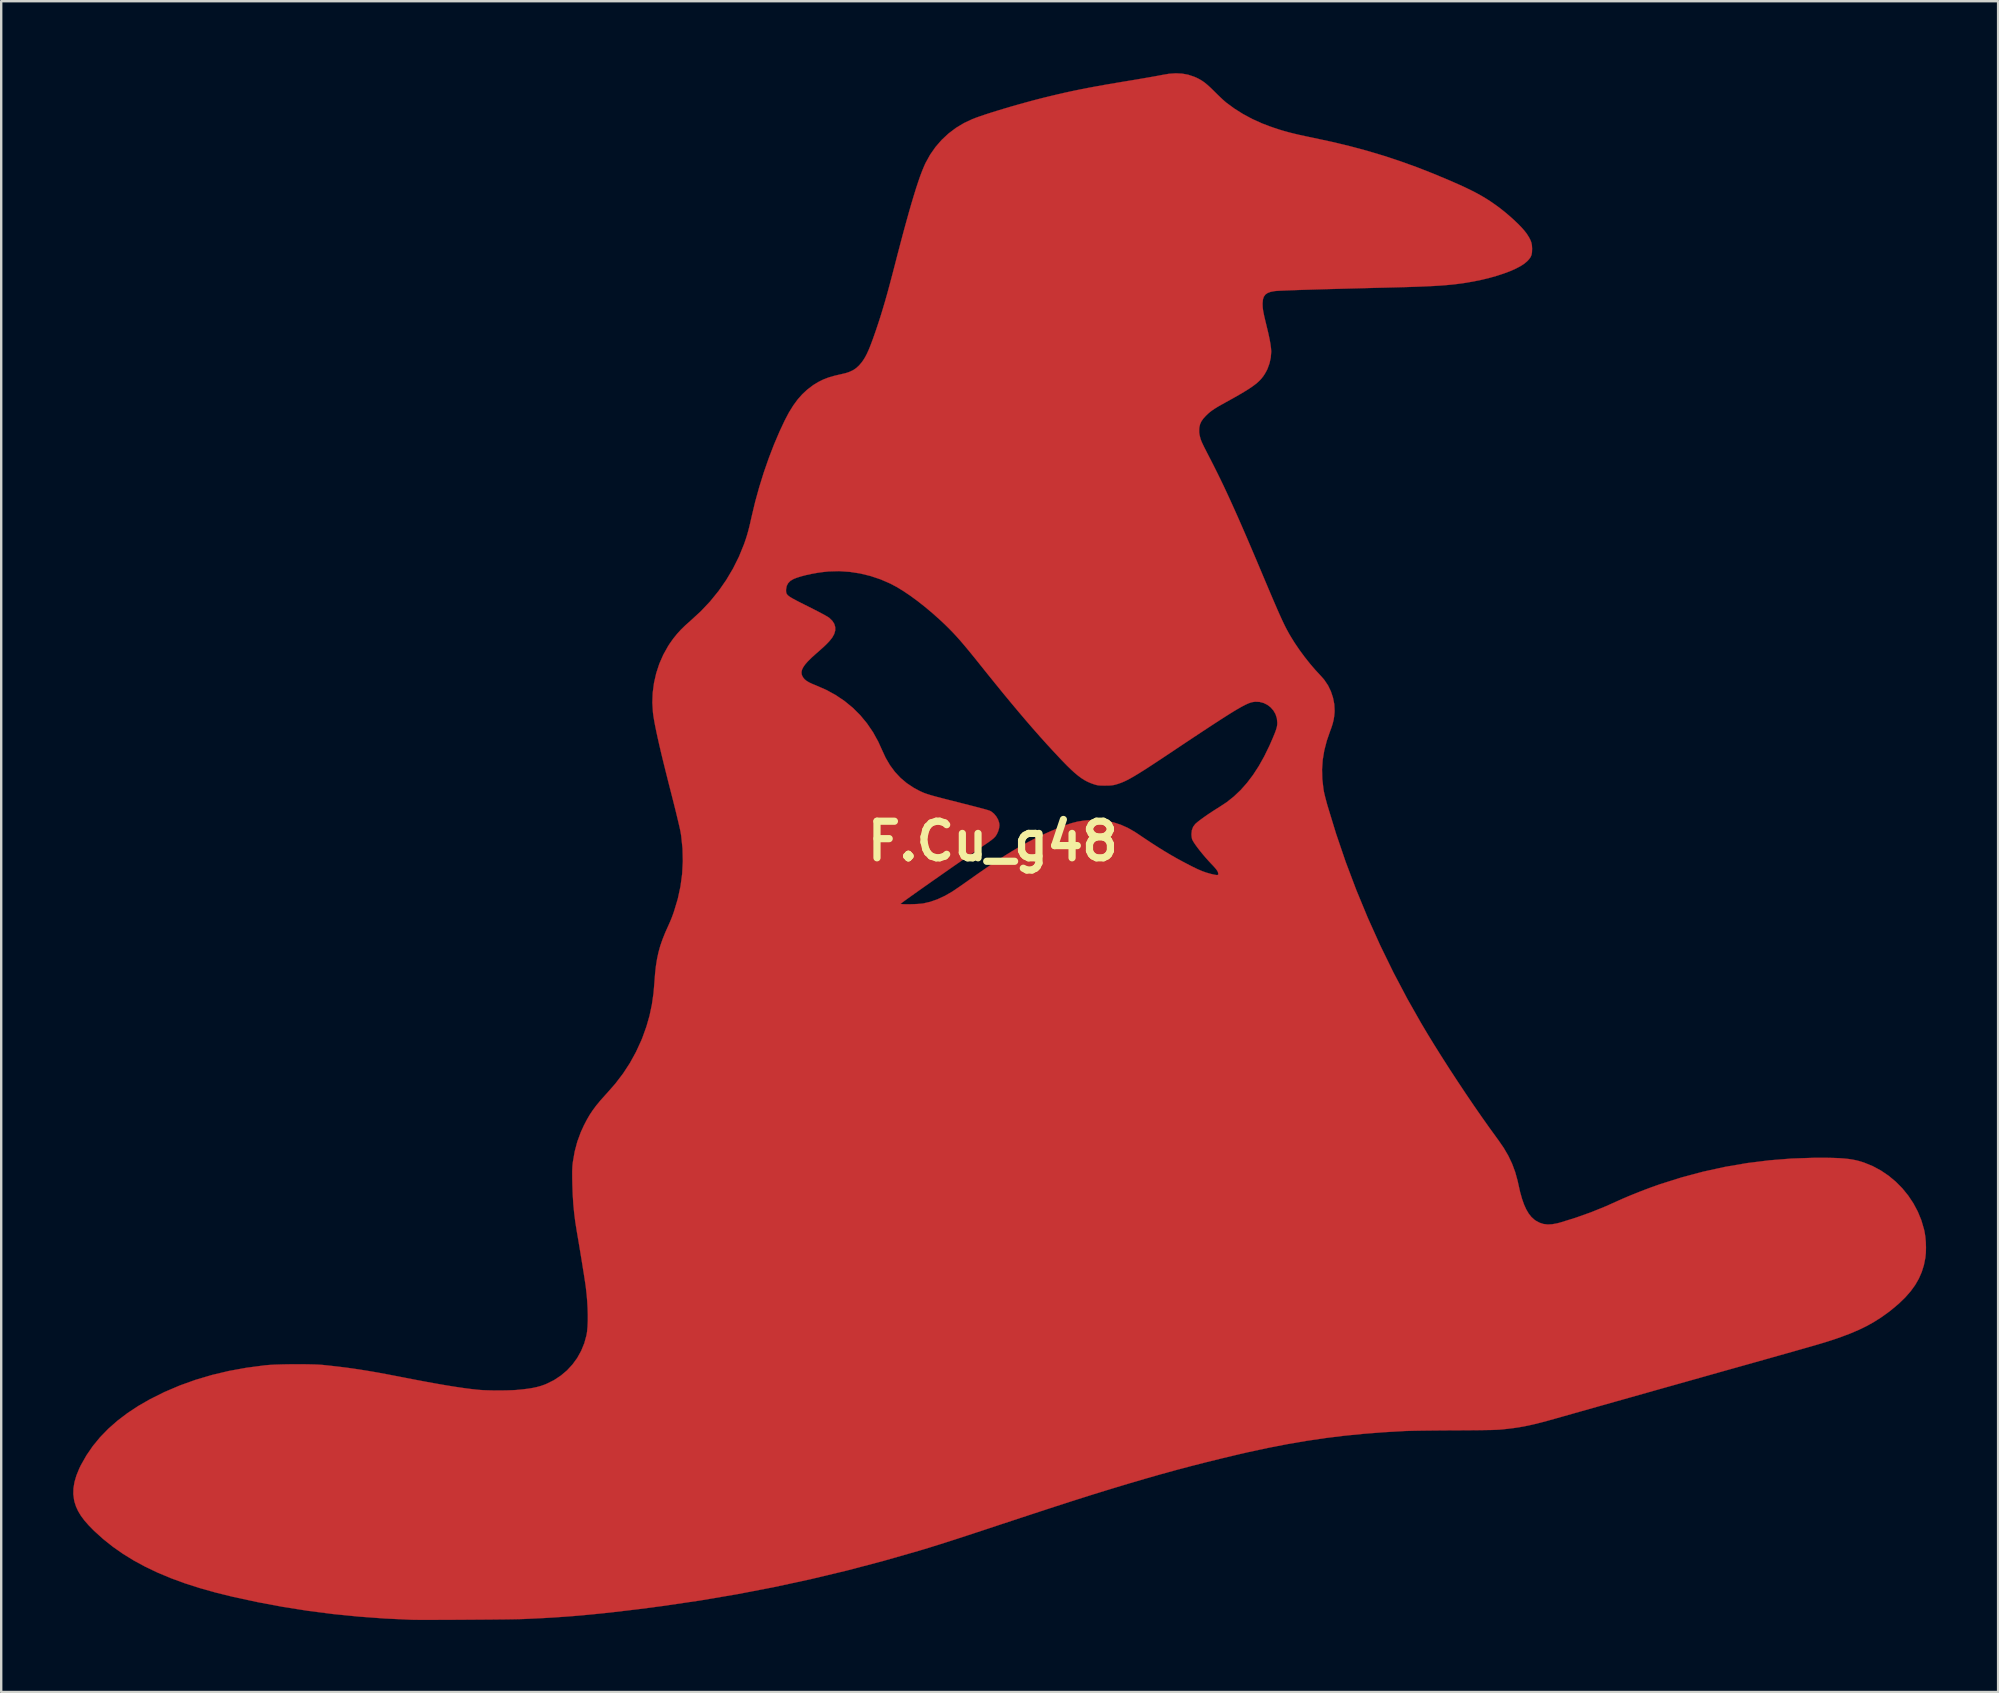
<source format=kicad_pcb>
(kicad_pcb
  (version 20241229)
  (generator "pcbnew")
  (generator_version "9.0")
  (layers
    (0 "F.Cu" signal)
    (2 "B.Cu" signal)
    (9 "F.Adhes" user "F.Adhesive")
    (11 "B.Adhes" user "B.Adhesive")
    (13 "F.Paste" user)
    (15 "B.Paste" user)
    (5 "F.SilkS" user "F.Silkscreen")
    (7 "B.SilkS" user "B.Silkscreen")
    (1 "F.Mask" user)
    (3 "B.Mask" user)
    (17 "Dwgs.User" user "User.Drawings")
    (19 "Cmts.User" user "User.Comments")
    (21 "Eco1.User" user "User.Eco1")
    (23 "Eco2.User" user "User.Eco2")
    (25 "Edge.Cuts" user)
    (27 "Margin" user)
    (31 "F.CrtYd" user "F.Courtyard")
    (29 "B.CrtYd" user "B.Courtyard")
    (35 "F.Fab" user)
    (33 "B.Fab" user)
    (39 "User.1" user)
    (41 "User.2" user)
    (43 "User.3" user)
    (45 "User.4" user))
  (footprint "F.Cu_g48"
    (layer "F.Cu")
    (at 38.315 32)
    (property "Reference" "F.Cu_g48" (at 0 0 0) (layer "F.SilkS") (effects (font (size 1.524 1.524) (thickness 0.3))))
    (attr through_hole)
    (fp_poly (pts (xy 7.889 -31.982) (xy 8.14 -31.936) (xy 8.382 -31.856) (xy 8.485 -31.812) (xy 8.602 -31.753) (xy 8.711 -31.689) (xy 8.819 -31.614) (xy 8.931 -31.522) (xy 9.056 -31.41) (xy 9.198 -31.272) (xy 9.25 -31.22) (xy 9.356 -31.115) (xy 9.464 -31.011) (xy 9.567 -30.914) (xy 9.657 -30.833) (xy 9.724 -30.776) (xy 10.055 -30.532) (xy 10.418 -30.303) (xy 10.808 -30.093) (xy 11.217 -29.908) (xy 11.536 -29.786) (xy 11.738 -29.716) (xy 11.932 -29.652) (xy 12.125 -29.594) (xy 12.323 -29.539) (xy 12.534 -29.486) (xy 12.765 -29.431) (xy 13.023 -29.375) (xy 13.315 -29.314) (xy 13.356 -29.305) (xy 14.128 -29.139) (xy 14.867 -28.962) (xy 15.58 -28.771) (xy 16.278 -28.563) (xy 16.966 -28.336) (xy 17.656 -28.088) (xy 18.353 -27.815) (xy 19.067 -27.516) (xy 19.135 -27.486) (xy 19.438 -27.352) (xy 19.708 -27.228) (xy 19.948 -27.111) (xy 20.167 -26.998) (xy 20.368 -26.886) (xy 20.558 -26.772) (xy 20.743 -26.653) (xy 20.928 -26.525) (xy 20.956 -26.505) (xy 21.149 -26.362) (xy 21.343 -26.208) (xy 21.532 -26.047) (xy 21.712 -25.885) (xy 21.879 -25.727) (xy 22.026 -25.576) (xy 22.148 -25.438) (xy 22.242 -25.317) (xy 22.256 -25.295) (xy 22.341 -25.161) (xy 22.4 -25.046) (xy 22.439 -24.94) (xy 22.46 -24.832) (xy 22.468 -24.71) (xy 22.468 -24.67) (xy 22.463 -24.536) (xy 22.444 -24.43) (xy 22.406 -24.34) (xy 22.344 -24.253) (xy 22.26 -24.162) (xy 22.135 -24.058) (xy 21.972 -23.954) (xy 21.774 -23.851) (xy 21.545 -23.75) (xy 21.287 -23.654) (xy 21.006 -23.562) (xy 20.704 -23.476) (xy 20.385 -23.398) (xy 20.054 -23.329) (xy 19.712 -23.269) (xy 19.537 -23.243) (xy 19.367 -23.221) (xy 19.193 -23.2) (xy 19.012 -23.182) (xy 18.819 -23.165) (xy 18.612 -23.15) (xy 18.387 -23.136) (xy 18.14 -23.124) (xy 17.867 -23.112) (xy 17.566 -23.101) (xy 17.232 -23.09) (xy 16.862 -23.08) (xy 16.552 -23.072) (xy 15.936 -23.057) (xy 15.361 -23.042) (xy 14.828 -23.028) (xy 14.337 -23.015) (xy 13.889 -23.003) (xy 13.482 -22.991) (xy 13.118 -22.98) (xy 12.796 -22.97) (xy 12.516 -22.96) (xy 12.278 -22.951) (xy 12.082 -22.943) (xy 11.929 -22.936) (xy 11.818 -22.929) (xy 11.749 -22.923) (xy 11.742 -22.922) (xy 11.577 -22.891) (xy 11.449 -22.843) (xy 11.355 -22.777) (xy 11.291 -22.687) (xy 11.254 -22.572) (xy 11.24 -22.426) (xy 11.239 -22.397) (xy 11.241 -22.322) (xy 11.244 -22.25) (xy 11.252 -22.174) (xy 11.265 -22.09) (xy 11.284 -21.991) (xy 11.309 -21.871) (xy 11.343 -21.726) (xy 11.386 -21.549) (xy 11.417 -21.421) (xy 11.482 -21.148) (xy 11.532 -20.912) (xy 11.568 -20.712) (xy 11.59 -20.545) (xy 11.599 -20.409) (xy 11.599 -20.389) (xy 11.58 -20.149) (xy 11.526 -19.907) (xy 11.442 -19.677) (xy 11.394 -19.581) (xy 11.336 -19.479) (xy 11.274 -19.384) (xy 11.206 -19.295) (xy 11.129 -19.209) (xy 11.039 -19.123) (xy 10.933 -19.035) (xy 10.808 -18.943) (xy 10.663 -18.845) (xy 10.492 -18.739) (xy 10.294 -18.621) (xy 10.065 -18.49) (xy 9.803 -18.344) (xy 9.684 -18.278) (xy 9.506 -18.179) (xy 9.359 -18.095) (xy 9.239 -18.02) (xy 9.138 -17.952) (xy 9.052 -17.887) (xy 8.972 -17.819) (xy 8.895 -17.745) (xy 8.888 -17.739) (xy 8.772 -17.613) (xy 8.69 -17.496) (xy 8.636 -17.379) (xy 8.606 -17.253) (xy 8.598 -17.168) (xy 8.597 -17.044) (xy 8.613 -16.929) (xy 8.634 -16.842) (xy 8.647 -16.792) (xy 8.661 -16.747) (xy 8.677 -16.701) (xy 8.697 -16.651) (xy 8.724 -16.591) (xy 8.758 -16.519) (xy 8.802 -16.428) (xy 8.859 -16.316) (xy 8.93 -16.177) (xy 9.017 -16.008) (xy 9.075 -15.896) (xy 9.21 -15.631) (xy 9.345 -15.361) (xy 9.48 -15.085) (xy 9.618 -14.799) (xy 9.758 -14.5) (xy 9.903 -14.185) (xy 10.054 -13.851) (xy 10.213 -13.496) (xy 10.38 -13.115) (xy 10.557 -12.708) (xy 10.745 -12.269) (xy 10.946 -11.797) (xy 11.159 -11.292) (xy 11.307 -10.941) (xy 11.44 -10.626) (xy 11.559 -10.345) (xy 11.666 -10.094) (xy 11.761 -9.873) (xy 11.846 -9.677) (xy 11.922 -9.504) (xy 11.991 -9.351) (xy 12.052 -9.216) (xy 12.109 -9.097) (xy 12.161 -8.989) (xy 12.21 -8.892) (xy 12.258 -8.801) (xy 12.305 -8.715) (xy 12.352 -8.631) (xy 12.398 -8.551) (xy 12.575 -8.266) (xy 12.775 -7.971) (xy 12.991 -7.678) (xy 13.214 -7.397) (xy 13.435 -7.139) (xy 13.529 -7.038) (xy 13.612 -6.948) (xy 13.694 -6.858) (xy 13.765 -6.778) (xy 13.816 -6.716) (xy 13.818 -6.713) (xy 13.967 -6.491) (xy 14.086 -6.244) (xy 14.173 -5.982) (xy 14.226 -5.713) (xy 14.24 -5.445) (xy 14.238 -5.376) (xy 14.223 -5.209) (xy 14.198 -5.055) (xy 14.16 -4.9) (xy 14.106 -4.731) (xy 14.055 -4.595) (xy 13.913 -4.183) (xy 13.809 -3.781) (xy 13.744 -3.386) (xy 13.717 -2.992) (xy 13.727 -2.595) (xy 13.774 -2.189) (xy 13.793 -2.074) (xy 13.81 -1.995) (xy 13.836 -1.886) (xy 13.869 -1.757) (xy 13.906 -1.618) (xy 13.941 -1.492) (xy 14.301 -0.314) (xy 14.702 0.862) (xy 15.143 2.03) (xy 15.622 3.189) (xy 16.138 4.335) (xy 16.69 5.466) (xy 17.276 6.577) (xy 17.838 7.568) (xy 18.105 8.018) (xy 18.396 8.493) (xy 18.706 8.987) (xy 19.029 9.492) (xy 19.362 10.001) (xy 19.7 10.509) (xy 20.038 11.008) (xy 20.372 11.49) (xy 20.698 11.95) (xy 21.01 12.38) (xy 21.057 12.444) (xy 21.286 12.776) (xy 21.478 13.105) (xy 21.636 13.438) (xy 21.764 13.782) (xy 21.864 14.145) (xy 21.898 14.298) (xy 21.969 14.615) (xy 22.047 14.892) (xy 22.131 15.132) (xy 22.223 15.336) (xy 22.324 15.508) (xy 22.435 15.65) (xy 22.558 15.763) (xy 22.626 15.811) (xy 22.781 15.894) (xy 22.942 15.946) (xy 23.114 15.967) (xy 23.303 15.958) (xy 23.515 15.919) (xy 23.633 15.888) (xy 24.287 15.685) (xy 24.924 15.458) (xy 25.557 15.201) (xy 26.033 14.987) (xy 26.22 14.903) (xy 26.439 14.809) (xy 26.68 14.71) (xy 26.935 14.608) (xy 27.194 14.508) (xy 27.449 14.413) (xy 27.691 14.327) (xy 27.802 14.288) (xy 28.698 14.006) (xy 29.601 13.765) (xy 30.511 13.566) (xy 31.427 13.409) (xy 32.35 13.294) (xy 33.278 13.22) (xy 34.212 13.189) (xy 34.459 13.188) (xy 34.761 13.189) (xy 35.026 13.195) (xy 35.259 13.204) (xy 35.465 13.218) (xy 35.648 13.237) (xy 35.815 13.262) (xy 35.969 13.293) (xy 36.117 13.331) (xy 36.263 13.376) (xy 36.304 13.39) (xy 36.662 13.536) (xy 37.003 13.72) (xy 37.323 13.937) (xy 37.621 14.185) (xy 37.894 14.461) (xy 38.14 14.763) (xy 38.355 15.087) (xy 38.538 15.43) (xy 38.686 15.79) (xy 38.796 16.165) (xy 38.819 16.267) (xy 38.852 16.471) (xy 38.872 16.698) (xy 38.879 16.933) (xy 38.873 17.16) (xy 38.853 17.355) (xy 38.793 17.658) (xy 38.703 17.946) (xy 38.582 18.223) (xy 38.428 18.49) (xy 38.239 18.751) (xy 38.014 19.007) (xy 37.751 19.262) (xy 37.449 19.516) (xy 37.285 19.643) (xy 37.001 19.845) (xy 36.71 20.029) (xy 36.405 20.199) (xy 36.08 20.357) (xy 35.729 20.507) (xy 35.344 20.652) (xy 35.145 20.722) (xy 35.075 20.746) (xy 35.006 20.769) (xy 34.938 20.791) (xy 34.866 20.814) (xy 34.791 20.838) (xy 34.708 20.864) (xy 34.617 20.892) (xy 34.516 20.922) (xy 34.402 20.956) (xy 34.273 20.994) (xy 34.127 21.036) (xy 33.963 21.083) (xy 33.777 21.136) (xy 33.569 21.195) (xy 33.336 21.262) (xy 33.075 21.335) (xy 32.786 21.417) (xy 32.466 21.507) (xy 32.112 21.607) (xy 31.724 21.716) (xy 31.298 21.836) (xy 30.967 21.929) (xy 30.35 22.102) (xy 29.739 22.275) (xy 29.128 22.447) (xy 28.514 22.62) (xy 27.892 22.795) (xy 27.257 22.974) (xy 26.606 23.158) (xy 25.933 23.348) (xy 25.235 23.545) (xy 24.507 23.751) (xy 23.744 23.967) (xy 23.421 24.058) (xy 23.11 24.145) (xy 22.832 24.219) (xy 22.58 24.282) (xy 22.348 24.335) (xy 22.127 24.38) (xy 21.911 24.418) (xy 21.694 24.45) (xy 21.467 24.478) (xy 21.225 24.504) (xy 21.114 24.514) (xy 21.032 24.519) (xy 20.911 24.524) (xy 20.75 24.529) (xy 20.554 24.532) (xy 20.323 24.536) (xy 20.059 24.539) (xy 19.765 24.541) (xy 19.442 24.543) (xy 19.241 24.544) (xy 18.969 24.545) (xy 18.697 24.547) (xy 18.432 24.549) (xy 18.176 24.552) (xy 17.936 24.555) (xy 17.715 24.558) (xy 17.519 24.562) (xy 17.352 24.566) (xy 17.219 24.57) (xy 17.145 24.573) (xy 16.292 24.622) (xy 15.466 24.686) (xy 14.659 24.766) (xy 13.864 24.864) (xy 13.071 24.981) (xy 12.271 25.118) (xy 11.458 25.276) (xy 10.622 25.456) (xy 10.223 25.548) (xy 9.537 25.712) (xy 8.879 25.874) (xy 8.242 26.037) (xy 7.613 26.204) (xy 6.981 26.378) (xy 6.338 26.562) (xy 5.67 26.758) (xy 5.355 26.853) (xy 5.12 26.924) (xy 4.89 26.994) (xy 4.664 27.063) (xy 4.439 27.133) (xy 4.211 27.203) (xy 3.979 27.276) (xy 3.739 27.352) (xy 3.489 27.431) (xy 3.227 27.515) (xy 2.95 27.605) (xy 2.654 27.7) (xy 2.338 27.803) (xy 1.999 27.914) (xy 1.634 28.034) (xy 1.241 28.163) (xy 0.816 28.303) (xy 0.358 28.454) (xy -0.136 28.618) (xy -0.36 28.692) (xy -0.746 28.819) (xy -1.096 28.934) (xy -1.414 29.038) (xy -1.705 29.132) (xy -1.973 29.218) (xy -2.222 29.297) (xy -2.457 29.37) (xy -2.681 29.44) (xy -2.899 29.506) (xy -3.069 29.557) (xy -4.586 29.991) (xy -6.097 30.388) (xy -7.608 30.749) (xy -9.123 31.076) (xy -10.65 31.37) (xy -12.192 31.632) (xy -13.756 31.862) (xy -14.753 31.992) (xy -15.277 32.055) (xy -15.765 32.112) (xy -16.223 32.163) (xy -16.659 32.207) (xy -17.077 32.247) (xy -17.484 32.282) (xy -17.887 32.312) (xy -18.292 32.34) (xy -18.704 32.364) (xy -19.13 32.385) (xy -19.576 32.405) (xy -19.622 32.406) (xy -19.712 32.409) (xy -19.84 32.412) (xy -20.001 32.415) (xy -20.192 32.418) (xy -20.408 32.421) (xy -20.646 32.423) (xy -20.902 32.426) (xy -21.172 32.428) (xy -21.452 32.43) (xy -21.739 32.432) (xy -22.027 32.434) (xy -22.314 32.436) (xy -22.596 32.437) (xy -22.868 32.438) (xy -23.128 32.439) (xy -23.37 32.44) (xy -23.591 32.44) (xy -23.787 32.44) (xy -23.955 32.439) (xy -24.091 32.438) (xy -24.189 32.436) (xy -24.225 32.435) (xy -25.338 32.383) (xy -26.424 32.303) (xy -27.488 32.197) (xy -28.538 32.062) (xy -29.578 31.898) (xy -30.616 31.704) (xy -31.657 31.48) (xy -31.686 31.473) (xy -32.382 31.301) (xy -33.039 31.116) (xy -33.658 30.918) (xy -34.242 30.704) (xy -34.79 30.475) (xy -35.306 30.229) (xy -35.79 29.967) (xy -36.244 29.687) (xy -36.669 29.389) (xy -37.067 29.072) (xy -37.439 28.736) (xy -37.451 28.724) (xy -37.666 28.505) (xy -37.846 28.3) (xy -37.992 28.104) (xy -38.108 27.913) (xy -38.196 27.723) (xy -38.259 27.53) (xy -38.279 27.442) (xy -38.31 27.203) (xy -38.304 26.956) (xy -38.261 26.697) (xy -38.181 26.425) (xy -38.064 26.137) (xy -37.992 25.99) (xy -37.762 25.584) (xy -37.496 25.197) (xy -37.192 24.828) (xy -36.851 24.477) (xy -36.473 24.144) (xy -36.056 23.827) (xy -35.601 23.527) (xy -35.123 23.252) (xy -34.512 22.947) (xy -33.876 22.676) (xy -33.216 22.439) (xy -32.533 22.237) (xy -31.825 22.069) (xy -31.095 21.936) (xy -30.343 21.837) (xy -30.268 21.83) (xy -30.133 21.819) (xy -29.963 21.809) (xy -29.767 21.802) (xy -29.55 21.796) (xy -29.32 21.792) (xy -29.084 21.79) (xy -28.849 21.79) (xy -28.621 21.792) (xy -28.408 21.796) (xy -28.217 21.801) (xy -28.054 21.809) (xy -27.929 21.818) (xy -27.589 21.854) (xy -27.263 21.891) (xy -26.945 21.93) (xy -26.628 21.974) (xy -26.306 22.023) (xy -25.972 22.077) (xy -25.62 22.138) (xy -25.243 22.208) (xy -24.836 22.286) (xy -24.606 22.331) (xy -24.084 22.432) (xy -23.602 22.523) (xy -23.159 22.603) (xy -22.753 22.673) (xy -22.385 22.732) (xy -22.053 22.781) (xy -21.755 22.82) (xy -21.492 22.849) (xy -21.368 22.861) (xy -21.226 22.87) (xy -21.054 22.876) (xy -20.86 22.881) (xy -20.654 22.882) (xy -20.446 22.882) (xy -20.246 22.879) (xy -20.063 22.873) (xy -19.908 22.866) (xy -19.844 22.861) (xy -19.584 22.836) (xy -19.359 22.808) (xy -19.163 22.776) (xy -18.989 22.738) (xy -18.831 22.694) (xy -18.682 22.642) (xy -18.593 22.606) (xy -18.283 22.452) (xy -17.999 22.264) (xy -17.741 22.047) (xy -17.513 21.8) (xy -17.315 21.528) (xy -17.151 21.232) (xy -17.021 20.915) (xy -16.93 20.585) (xy -16.903 20.42) (xy -16.885 20.22) (xy -16.875 19.99) (xy -16.874 19.736) (xy -16.882 19.464) (xy -16.898 19.18) (xy -16.922 18.889) (xy -16.955 18.597) (xy -16.956 18.584) (xy -16.969 18.495) (xy -16.987 18.37) (xy -17.011 18.213) (xy -17.039 18.031) (xy -17.072 17.829) (xy -17.106 17.612) (xy -17.143 17.385) (xy -17.181 17.154) (xy -17.219 16.925) (xy -17.256 16.702) (xy -17.292 16.492) (xy -17.325 16.299) (xy -17.335 16.241) (xy -17.395 15.865) (xy -17.442 15.493) (xy -17.478 15.113) (xy -17.503 14.715) (xy -17.518 14.287) (xy -17.519 14.235) (xy -17.523 14.042) (xy -17.524 13.884) (xy -17.524 13.753) (xy -17.52 13.642) (xy -17.515 13.543) (xy -17.506 13.448) (xy -17.496 13.361) (xy -17.422 12.931) (xy -17.312 12.517) (xy -17.163 12.113) (xy -17.039 11.843) (xy -16.922 11.616) (xy -16.8 11.405) (xy -16.666 11.203) (xy -16.516 11.002) (xy -16.344 10.795) (xy -16.145 10.572) (xy -16.087 10.509) (xy -15.726 10.098) (xy -15.404 9.676) (xy -15.118 9.237) (xy -14.866 8.778) (xy -14.644 8.295) (xy -14.598 8.181) (xy -14.435 7.728) (xy -14.304 7.273) (xy -14.205 6.807) (xy -14.136 6.323) (xy -14.097 5.863) (xy -14.071 5.512) (xy -14.036 5.193) (xy -13.989 4.9) (xy -13.929 4.623) (xy -13.854 4.354) (xy -13.761 4.086) (xy -13.65 3.809) (xy -13.585 3.662) (xy -13.516 3.51) (xy -13.462 3.388) (xy -13.419 3.286) (xy -13.382 3.196) (xy -13.349 3.109) (xy -13.315 3.015) (xy -13.279 2.91) (xy -13.125 2.398) (xy -13.013 1.879) (xy -12.943 1.356) (xy -12.915 0.83) (xy -12.928 0.304) (xy -12.983 -0.222) (xy -13.007 -0.371) (xy -13.021 -0.445) (xy -13.045 -0.556) (xy -13.078 -0.698) (xy -13.118 -0.868) (xy -13.164 -1.06) (xy -13.215 -1.27) (xy -13.271 -1.493) (xy -13.329 -1.725) (xy -13.387 -1.953) (xy -13.512 -2.442) (xy -13.625 -2.892) (xy -13.727 -3.304) (xy -13.818 -3.678) (xy -13.897 -4.017) (xy -13.966 -4.322) (xy -14.024 -4.593) (xy -14.073 -4.832) (xy -14.111 -5.04) (xy -14.141 -5.219) (xy -14.16 -5.366) (xy -14.185 -5.775) (xy -14.17 -6.187) (xy -14.116 -6.597) (xy -14.024 -7) (xy -13.896 -7.392) (xy -13.731 -7.769) (xy -13.532 -8.125) (xy -13.462 -8.234) (xy -13.316 -8.44) (xy -13.164 -8.629) (xy -13 -8.81) (xy -12.815 -8.991) (xy -12.601 -9.182) (xy -12.584 -9.197) (xy -12.167 -9.58) (xy -11.781 -9.989) (xy -11.428 -10.424) (xy -11.403 -10.459) (xy -8.615 -10.459) (xy -8.614 -10.409) (xy -8.608 -10.364) (xy -8.596 -10.323) (xy -8.572 -10.284) (xy -8.536 -10.244) (xy -8.482 -10.201) (xy -8.408 -10.153) (xy -8.311 -10.097) (xy -8.188 -10.031) (xy -8.035 -9.952) (xy -7.85 -9.859) (xy -7.694 -9.781) (xy -7.47 -9.668) (xy -7.274 -9.567) (xy -7.109 -9.48) (xy -6.976 -9.407) (xy -6.878 -9.35) (xy -6.816 -9.309) (xy -6.811 -9.304) (xy -6.688 -9.185) (xy -6.606 -9.058) (xy -6.566 -8.923) (xy -6.566 -8.781) (xy -6.608 -8.635) (xy -6.692 -8.484) (xy -6.807 -8.34) (xy -6.868 -8.275) (xy -6.927 -8.215) (xy -6.989 -8.154) (xy -7.06 -8.087) (xy -7.147 -8.009) (xy -7.255 -7.913) (xy -7.377 -7.807) (xy -7.558 -7.643) (xy -7.704 -7.498) (xy -7.817 -7.369) (xy -7.898 -7.253) (xy -7.949 -7.149) (xy -7.971 -7.054) (xy -7.966 -6.965) (xy -7.948 -6.907) (xy -7.904 -6.824) (xy -7.844 -6.751) (xy -7.763 -6.683) (xy -7.656 -6.619) (xy -7.516 -6.553) (xy -7.366 -6.492) (xy -6.942 -6.307) (xy -6.545 -6.09) (xy -6.176 -5.841) (xy -5.835 -5.561) (xy -5.524 -5.251) (xy -5.243 -4.912) (xy -4.992 -4.544) (xy -4.773 -4.147) (xy -4.627 -3.824) (xy -4.466 -3.477) (xy -4.283 -3.165) (xy -4.077 -2.887) (xy -3.846 -2.64) (xy -3.588 -2.422) (xy -3.301 -2.231) (xy -3.08 -2.111) (xy -3.006 -2.075) (xy -2.935 -2.043) (xy -2.862 -2.012) (xy -2.782 -1.983) (xy -2.691 -1.953) (xy -2.585 -1.92) (xy -2.458 -1.884) (xy -2.307 -1.843) (xy -2.126 -1.796) (xy -1.911 -1.741) (xy -1.767 -1.704) (xy -1.471 -1.629) (xy -1.213 -1.563) (xy -0.99 -1.506) (xy -0.8 -1.458) (xy -0.64 -1.416) (xy -0.506 -1.381) (xy -0.397 -1.352) (xy -0.31 -1.328) (xy -0.24 -1.308) (xy -0.187 -1.291) (xy -0.146 -1.278) (xy -0.116 -1.266) (xy -0.093 -1.255) (xy -0.074 -1.245) (xy -0.066 -1.24) (xy 0.048 -1.148) (xy 0.145 -1.032) (xy 0.219 -0.902) (xy 0.264 -0.767) (xy 0.275 -0.668) (xy 0.261 -0.547) (xy 0.223 -0.415) (xy 0.166 -0.29) (xy 0.111 -0.205) (xy 0.048 -0.138) (xy -0.049 -0.057) (xy -0.174 0.035) (xy -0.225 0.07) (xy -0.375 0.172) (xy -0.544 0.287) (xy -0.73 0.414) (xy -0.928 0.551) (xy -1.138 0.696) (xy -1.357 0.848) (xy -1.581 1.003) (xy -1.808 1.161) (xy -2.035 1.32) (xy -2.26 1.478) (xy -2.481 1.632) (xy -2.694 1.782) (xy -2.897 1.925) (xy -3.087 2.059) (xy -3.262 2.183) (xy -3.419 2.295) (xy -3.556 2.393) (xy -3.669 2.474) (xy -3.756 2.538) (xy -3.815 2.583) (xy -3.843 2.606) (xy -3.844 2.608) (xy -3.81 2.617) (xy -3.741 2.622) (xy -3.646 2.625) (xy -3.531 2.625) (xy -3.405 2.624) (xy -3.275 2.62) (xy -3.149 2.614) (xy -3.036 2.606) (xy -2.941 2.597) (xy -2.898 2.591) (xy -2.606 2.523) (xy -2.305 2.418) (xy -2 2.276) (xy -1.706 2.107) (xy -1.639 2.064) (xy -1.545 2) (xy -1.429 1.921) (xy -1.297 1.83) (xy -1.157 1.731) (xy -1.014 1.63) (xy -0.986 1.611) (xy -0.635 1.363) (xy -0.313 1.14) (xy -0.016 0.938) (xy 0.262 0.754) (xy 0.523 0.587) (xy 0.772 0.433) (xy 1.013 0.29) (xy 1.251 0.155) (xy 1.49 0.025) (xy 1.64 -0.054) (xy 1.885 -0.177) (xy 2.146 -0.3) (xy 2.412 -0.419) (xy 2.676 -0.53) (xy 2.927 -0.629) (xy 3.157 -0.713) (xy 3.281 -0.754) (xy 3.532 -0.819) (xy 3.808 -0.863) (xy 4.095 -0.885) (xy 4.379 -0.886) (xy 4.649 -0.863) (xy 4.731 -0.85) (xy 5.041 -0.783) (xy 5.333 -0.687) (xy 5.617 -0.561) (xy 5.902 -0.399) (xy 6.04 -0.309) (xy 6.36 -0.093) (xy 6.653 0.1) (xy 6.925 0.274) (xy 7.184 0.434) (xy 7.435 0.583) (xy 7.684 0.725) (xy 7.939 0.863) (xy 8.205 1.002) (xy 8.329 1.065) (xy 8.533 1.164) (xy 8.715 1.242) (xy 8.888 1.304) (xy 9.064 1.355) (xy 9.151 1.376) (xy 9.26 1.399) (xy 9.333 1.409) (xy 9.376 1.403) (xy 9.394 1.379) (xy 9.391 1.335) (xy 9.379 1.289) (xy 9.359 1.243) (xy 9.322 1.187) (xy 9.265 1.117) (xy 9.184 1.026) (xy 9.109 0.948) (xy 8.981 0.81) (xy 8.852 0.665) (xy 8.727 0.517) (xy 8.61 0.372) (xy 8.506 0.236) (xy 8.418 0.113) (xy 8.351 0.009) (xy 8.309 -0.069) (xy 8.307 -0.073) (xy 8.291 -0.135) (xy 8.28 -0.221) (xy 8.276 -0.301) (xy 8.294 -0.464) (xy 8.347 -0.603) (xy 8.434 -0.719) (xy 8.448 -0.732) (xy 8.539 -0.81) (xy 8.66 -0.903) (xy 8.803 -1.007) (xy 8.962 -1.118) (xy 9.13 -1.23) (xy 9.3 -1.339) (xy 9.429 -1.419) (xy 9.746 -1.628) (xy 10.045 -1.866) (xy 10.327 -2.134) (xy 10.592 -2.433) (xy 10.844 -2.766) (xy 11.083 -3.133) (xy 11.309 -3.538) (xy 11.526 -3.982) (xy 11.67 -4.312) (xy 11.734 -4.467) (xy 11.782 -4.591) (xy 11.815 -4.692) (xy 11.837 -4.777) (xy 11.849 -4.852) (xy 11.853 -4.927) (xy 11.853 -4.942) (xy 11.834 -5.126) (xy 11.778 -5.297) (xy 11.69 -5.449) (xy 11.575 -5.58) (xy 11.438 -5.685) (xy 11.281 -5.762) (xy 11.111 -5.806) (xy 10.931 -5.813) (xy 10.839 -5.801) (xy 10.786 -5.79) (xy 10.727 -5.773) (xy 10.662 -5.749) (xy 10.588 -5.717) (xy 10.503 -5.677) (xy 10.407 -5.627) (xy 10.297 -5.566) (xy 10.171 -5.493) (xy 10.028 -5.407) (xy 9.866 -5.307) (xy 9.684 -5.192) (xy 9.479 -5.061) (xy 9.251 -4.913) (xy 8.996 -4.746) (xy 8.714 -4.561) (xy 8.403 -4.355) (xy 8.061 -4.128) (xy 7.686 -3.878) (xy 7.535 -3.777) (xy 7.226 -3.571) (xy 6.949 -3.387) (xy 6.702 -3.225) (xy 6.483 -3.081) (xy 6.288 -2.956) (xy 6.115 -2.848) (xy 5.963 -2.755) (xy 5.827 -2.675) (xy 5.707 -2.607) (xy 5.599 -2.55) (xy 5.501 -2.502) (xy 5.41 -2.462) (xy 5.323 -2.428) (xy 5.239 -2.399) (xy 5.175 -2.378) (xy 5.09 -2.354) (xy 5.015 -2.338) (xy 4.938 -2.328) (xy 4.847 -2.322) (xy 4.729 -2.32) (xy 4.688 -2.319) (xy 4.561 -2.32) (xy 4.464 -2.323) (xy 4.388 -2.33) (xy 4.32 -2.343) (xy 4.25 -2.363) (xy 4.234 -2.367) (xy 4.093 -2.417) (xy 3.958 -2.474) (xy 3.827 -2.543) (xy 3.694 -2.627) (xy 3.557 -2.728) (xy 3.411 -2.849) (xy 3.253 -2.994) (xy 3.078 -3.164) (xy 2.884 -3.364) (xy 2.785 -3.468) (xy 2.511 -3.761) (xy 2.237 -4.059) (xy 1.96 -4.367) (xy 1.678 -4.687) (xy 1.389 -5.021) (xy 1.089 -5.374) (xy 0.777 -5.747) (xy 0.449 -6.143) (xy 0.105 -6.566) (xy -0.26 -7.018) (xy -0.581 -7.419) (xy -0.797 -7.688) (xy -0.992 -7.927) (xy -1.169 -8.14) (xy -1.333 -8.332) (xy -1.487 -8.506) (xy -1.634 -8.666) (xy -1.78 -8.817) (xy -1.927 -8.964) (xy -2.078 -9.109) (xy -2.18 -9.204) (xy -2.5 -9.491) (xy -2.819 -9.759) (xy -3.133 -10.007) (xy -3.439 -10.231) (xy -3.733 -10.429) (xy -4.01 -10.597) (xy -4.265 -10.733) (xy -4.675 -10.911) (xy -5.099 -11.053) (xy -5.531 -11.158) (xy -5.966 -11.225) (xy -6.4 -11.254) (xy -6.828 -11.242) (xy -6.834 -11.242) (xy -7.066 -11.218) (xy -7.305 -11.185) (xy -7.542 -11.142) (xy -7.771 -11.093) (xy -7.982 -11.038) (xy -8.166 -10.98) (xy -8.3 -10.928) (xy -8.433 -10.85) (xy -8.529 -10.752) (xy -8.589 -10.633) (xy -8.614 -10.491) (xy -8.615 -10.459) (xy -11.403 -10.459) (xy -11.109 -10.881) (xy -10.825 -11.36) (xy -10.577 -11.857) (xy -10.368 -12.37) (xy -10.328 -12.484) (xy -10.28 -12.626) (xy -10.237 -12.764) (xy -10.197 -12.905) (xy -10.157 -13.058) (xy -10.115 -13.231) (xy -10.069 -13.434) (xy -10.043 -13.549) (xy -9.9 -14.149) (xy -9.732 -14.755) (xy -9.544 -15.36) (xy -9.337 -15.955) (xy -9.116 -16.531) (xy -8.881 -17.082) (xy -8.667 -17.537) (xy -8.496 -17.862) (xy -8.319 -18.148) (xy -8.135 -18.401) (xy -7.94 -18.622) (xy -7.731 -18.817) (xy -7.505 -18.989) (xy -7.456 -19.023) (xy -7.264 -19.138) (xy -7.067 -19.236) (xy -6.856 -19.318) (xy -6.622 -19.388) (xy -6.354 -19.451) (xy -6.348 -19.452) (xy -6.141 -19.501) (xy -5.968 -19.558) (xy -5.822 -19.627) (xy -5.694 -19.713) (xy -5.578 -19.819) (xy -5.467 -19.948) (xy -5.39 -20.056) (xy -5.316 -20.177) (xy -5.242 -20.319) (xy -5.167 -20.485) (xy -5.088 -20.681) (xy -5.002 -20.912) (xy -4.978 -20.979) (xy -4.873 -21.278) (xy -4.774 -21.574) (xy -4.677 -21.874) (xy -4.583 -22.182) (xy -4.487 -22.505) (xy -4.39 -22.849) (xy -4.29 -23.218) (xy -4.184 -23.619) (xy -4.106 -23.918) (xy -3.967 -24.457) (xy -3.836 -24.956) (xy -3.714 -25.416) (xy -3.598 -25.839) (xy -3.49 -26.226) (xy -3.388 -26.58) (xy -3.292 -26.9) (xy -3.203 -27.189) (xy -3.118 -27.447) (xy -3.039 -27.678) (xy -2.963 -27.881) (xy -2.892 -28.058) (xy -2.825 -28.211) (xy -2.803 -28.258) (xy -2.612 -28.604) (xy -2.388 -28.925) (xy -2.132 -29.22) (xy -1.847 -29.486) (xy -1.535 -29.722) (xy -1.199 -29.924) (xy -0.851 -30.087) (xy -0.699 -30.146) (xy -0.512 -30.212) (xy -0.293 -30.286) (xy -0.047 -30.365) (xy 0.22 -30.448) (xy 0.504 -30.534) (xy 0.799 -30.621) (xy 1.102 -30.707) (xy 1.407 -30.791) (xy 1.709 -30.873) (xy 2.003 -30.949) (xy 2.106 -30.975) (xy 2.425 -31.053) (xy 2.736 -31.127) (xy 3.043 -31.197) (xy 3.353 -31.264) (xy 3.67 -31.329) (xy 4.002 -31.394) (xy 4.352 -31.459) (xy 4.727 -31.526) (xy 5.133 -31.595) (xy 5.574 -31.669) (xy 5.62 -31.676) (xy 5.843 -31.713) (xy 6.064 -31.75) (xy 6.276 -31.787) (xy 6.475 -31.821) (xy 6.656 -31.853) (xy 6.811 -31.881) (xy 6.937 -31.904) (xy 7.027 -31.922) (xy 7.038 -31.924) (xy 7.343 -31.976) (xy 7.625 -31.995) (xy 7.889 -31.982)) (stroke (width 0.01) (type solid)) (fill yes) (layer "F.Cu")))
  (gr_rect
    (start -3 -3)
    (end 80.199 67.445)
    (stroke (width 0.1) (type default))
    (fill no)
    (layer "Edge.Cuts")))
</source>
